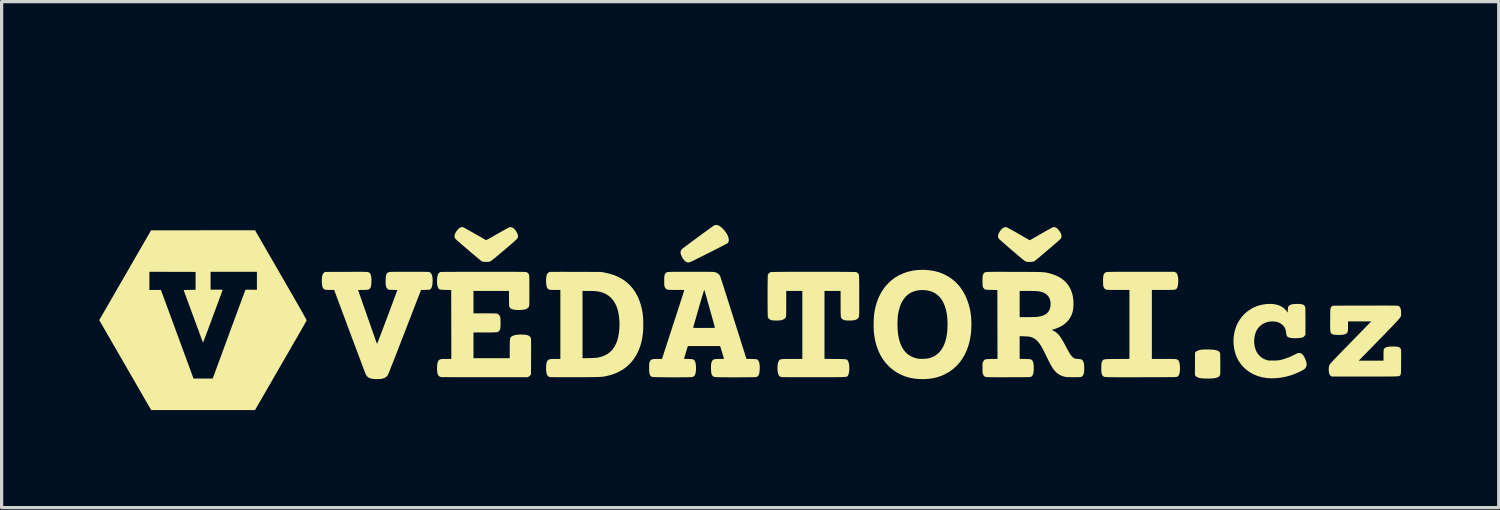
<source format=kicad_pcb>
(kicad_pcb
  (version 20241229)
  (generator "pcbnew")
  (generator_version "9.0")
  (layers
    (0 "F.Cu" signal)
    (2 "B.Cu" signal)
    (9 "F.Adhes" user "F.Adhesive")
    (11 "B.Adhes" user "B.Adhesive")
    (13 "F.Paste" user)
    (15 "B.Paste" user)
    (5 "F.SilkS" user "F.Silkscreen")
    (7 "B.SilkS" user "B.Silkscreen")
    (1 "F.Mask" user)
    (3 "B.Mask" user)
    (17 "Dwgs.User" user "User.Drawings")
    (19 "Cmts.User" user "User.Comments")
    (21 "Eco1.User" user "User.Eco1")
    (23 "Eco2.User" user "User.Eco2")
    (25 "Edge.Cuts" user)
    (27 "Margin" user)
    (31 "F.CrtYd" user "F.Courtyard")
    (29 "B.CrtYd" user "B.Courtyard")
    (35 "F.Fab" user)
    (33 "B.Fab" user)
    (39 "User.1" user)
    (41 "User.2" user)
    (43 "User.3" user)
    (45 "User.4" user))
  (footprint "VedatoriNew_40x5,7mm"
    (layer "F.Cu")
    (at 20.007 6.704)
    (property "Reference" "VedatoriNew_40x5,7mm" (at -0.1 -5.3 0) (layer "User.1") (effects (font (size 1.5 1.5) (thickness 0.3))))
    (attr board_only exclude_from_pos_files)
    (fp_poly (pts (xy 14.083 0.987) (xy 14.141 0.989) (xy 14.195 0.991) (xy 14.241 0.994) (xy 14.276 0.999) (xy 14.286 1.001) (xy 14.345 1.017) (xy 14.39 1.038) (xy 14.421 1.062) (xy 14.428 1.071) (xy 14.432 1.077) (xy 14.436 1.084) (xy 14.438 1.092) (xy 14.441 1.104) (xy 14.443 1.121) (xy 14.444 1.145) (xy 14.445 1.176) (xy 14.446 1.217) (xy 14.446 1.269) (xy 14.447 1.333) (xy 14.448 1.411) (xy 14.448 1.412) (xy 14.448 1.482) (xy 14.448 1.548) (xy 14.448 1.607) (xy 14.448 1.659) (xy 14.447 1.702) (xy 14.446 1.733) (xy 14.446 1.752) (xy 14.445 1.755) (xy 14.431 1.79) (xy 14.403 1.82) (xy 14.36 1.844) (xy 14.305 1.863) (xy 14.252 1.872) (xy 14.215 1.876) (xy 14.167 1.878) (xy 14.111 1.88) (xy 14.052 1.88) (xy 13.992 1.879) (xy 13.935 1.877) (xy 13.886 1.874) (xy 13.846 1.87) (xy 13.834 1.868) (xy 13.773 1.853) (xy 13.726 1.832) (xy 13.693 1.806) (xy 13.685 1.795) (xy 13.667 1.769) (xy 13.669 1.427) (xy 13.671 1.084) (xy 13.693 1.061) (xy 13.727 1.035) (xy 13.775 1.014) (xy 13.834 0.998) (xy 13.838 0.997) (xy 13.87 0.993) (xy 13.913 0.99) (xy 13.966 0.988) (xy 14.023 0.987)) (stroke (width 0) (type solid)) (fill yes) (layer "F.SilkS"))
    (fp_poly (pts (xy -1.019 -2.838) (xy -0.97 -2.822) (xy -0.918 -2.791) (xy -0.864 -2.745) (xy -0.847 -2.73) (xy -0.783 -2.659) (xy -0.732 -2.589) (xy -0.694 -2.521) (xy -0.669 -2.456) (xy -0.66 -2.399) (xy -0.659 -2.356) (xy -0.665 -2.325) (xy -0.678 -2.299) (xy -0.698 -2.278) (xy -0.707 -2.272) (xy -0.73 -2.26) (xy -0.764 -2.242) (xy -0.809 -2.219) (xy -0.863 -2.19) (xy -0.926 -2.158) (xy -0.996 -2.122) (xy -1.073 -2.083) (xy -1.155 -2.041) (xy -1.241 -1.998) (xy -1.287 -1.975) (xy -1.39 -1.923) (xy -1.481 -1.877) (xy -1.559 -1.838) (xy -1.626 -1.805) (xy -1.683 -1.777) (xy -1.731 -1.753) (xy -1.771 -1.734) (xy -1.803 -1.719) (xy -1.829 -1.708) (xy -1.85 -1.699) (xy -1.866 -1.693) (xy -1.878 -1.69) (xy -1.887 -1.688) (xy -1.895 -1.687) (xy -1.923 -1.69) (xy -1.948 -1.696) (xy -1.955 -1.698) (xy -1.993 -1.722) (xy -2.031 -1.758) (xy -2.066 -1.803) (xy -2.097 -1.854) (xy -2.122 -1.909) (xy -2.138 -1.964) (xy -2.14 -1.974) (xy -2.14 -2.016) (xy -2.127 -2.058) (xy -2.101 -2.095) (xy -2.099 -2.097) (xy -2.088 -2.107) (xy -2.066 -2.124) (xy -2.034 -2.149) (xy -1.992 -2.18) (xy -1.944 -2.217) (xy -1.888 -2.258) (xy -1.828 -2.303) (xy -1.763 -2.351) (xy -1.696 -2.401) (xy -1.627 -2.451) (xy -1.557 -2.503) (xy -1.489 -2.553) (xy -1.422 -2.602) (xy -1.358 -2.648) (xy -1.299 -2.691) (xy -1.246 -2.729) (xy -1.199 -2.763) (xy -1.161 -2.79) (xy -1.132 -2.811) (xy -1.113 -2.823) (xy -1.107 -2.826) (xy -1.065 -2.84)) (stroke (width 0) (type solid)) (fill yes) (layer "F.SilkS"))
    (fp_poly (pts (xy 9.375 -2.767) (xy 9.385 -2.763) (xy 9.415 -2.747) (xy 9.442 -2.727) (xy 9.469 -2.699) (xy 9.498 -2.661) (xy 9.5 -2.658) (xy 9.537 -2.6) (xy 9.559 -2.546) (xy 9.568 -2.497) (xy 9.563 -2.454) (xy 9.548 -2.424) (xy 9.539 -2.414) (xy 9.519 -2.395) (xy 9.489 -2.367) (xy 9.451 -2.333) (xy 9.405 -2.293) (xy 9.353 -2.247) (xy 9.296 -2.198) (xy 9.235 -2.145) (xy 9.178 -2.097) (xy 9.096 -2.027) (xy 9.025 -1.967) (xy 8.964 -1.915) (xy 8.913 -1.872) (xy 8.869 -1.835) (xy 8.833 -1.806) (xy 8.804 -1.782) (xy 8.78 -1.763) (xy 8.762 -1.748) (xy 8.747 -1.737) (xy 8.735 -1.73) (xy 8.725 -1.724) (xy 8.717 -1.721) (xy 8.709 -1.718) (xy 8.701 -1.715) (xy 8.698 -1.715) (xy 8.667 -1.709) (xy 8.627 -1.705) (xy 8.583 -1.703) (xy 8.54 -1.704) (xy 8.504 -1.708) (xy 8.492 -1.71) (xy 8.469 -1.719) (xy 8.443 -1.732) (xy 8.438 -1.735) (xy 8.421 -1.747) (xy 8.395 -1.768) (xy 8.36 -1.796) (xy 8.318 -1.831) (xy 8.269 -1.872) (xy 8.216 -1.917) (xy 8.159 -1.965) (xy 8.1 -2.015) (xy 8.039 -2.067) (xy 7.979 -2.119) (xy 7.92 -2.17) (xy 7.863 -2.219) (xy 7.81 -2.266) (xy 7.762 -2.308) (xy 7.72 -2.345) (xy 7.686 -2.376) (xy 7.66 -2.399) (xy 7.645 -2.415) (xy 7.641 -2.419) (xy 7.621 -2.457) (xy 7.615 -2.498) (xy 7.622 -2.542) (xy 7.637 -2.581) (xy 7.671 -2.641) (xy 7.708 -2.692) (xy 7.748 -2.731) (xy 7.789 -2.758) (xy 7.83 -2.772) (xy 7.87 -2.773) (xy 7.878 -2.771) (xy 7.89 -2.765) (xy 7.915 -2.753) (xy 7.95 -2.734) (xy 7.994 -2.71) (xy 8.046 -2.681) (xy 8.105 -2.649) (xy 8.168 -2.613) (xy 8.235 -2.575) (xy 8.25 -2.566) (xy 8.592 -2.369) (xy 8.94 -2.569) (xy 9.023 -2.617) (xy 9.097 -2.659) (xy 9.162 -2.695) (xy 9.216 -2.725) (xy 9.26 -2.748) (xy 9.293 -2.764) (xy 9.313 -2.773) (xy 9.318 -2.774) (xy 9.345 -2.775)) (stroke (width 0) (type solid)) (fill yes) (layer "F.SilkS"))
    (fp_poly (pts (xy -8.829 -2.772) (xy -8.827 -2.772) (xy -8.817 -2.767) (xy -8.794 -2.755) (xy -8.762 -2.738) (xy -8.72 -2.715) (xy -8.672 -2.688) (xy -8.618 -2.658) (xy -8.561 -2.626) (xy -8.501 -2.592) (xy -8.44 -2.558) (xy -8.38 -2.524) (xy -8.323 -2.492) (xy -8.27 -2.461) (xy -8.222 -2.434) (xy -8.182 -2.41) (xy -8.151 -2.392) (xy -8.13 -2.379) (xy -8.13 -2.379) (xy -8.125 -2.377) (xy -8.119 -2.377) (xy -8.109 -2.379) (xy -8.095 -2.385) (xy -8.076 -2.394) (xy -8.05 -2.407) (xy -8.017 -2.425) (xy -7.975 -2.449) (xy -7.924 -2.478) (xy -7.861 -2.514) (xy -7.786 -2.557) (xy -7.771 -2.566) (xy -7.703 -2.604) (xy -7.639 -2.641) (xy -7.579 -2.674) (xy -7.526 -2.704) (xy -7.479 -2.729) (xy -7.442 -2.749) (xy -7.415 -2.763) (xy -7.4 -2.77) (xy -7.398 -2.771) (xy -7.357 -2.774) (xy -7.315 -2.762) (xy -7.273 -2.736) (xy -7.231 -2.694) (xy -7.215 -2.675) (xy -7.178 -2.619) (xy -7.152 -2.565) (xy -7.139 -2.516) (xy -7.137 -2.504) (xy -7.136 -2.49) (xy -7.137 -2.477) (xy -7.138 -2.464) (xy -7.143 -2.451) (xy -7.151 -2.437) (xy -7.163 -2.42) (xy -7.18 -2.401) (xy -7.203 -2.378) (xy -7.233 -2.35) (xy -7.27 -2.316) (xy -7.315 -2.277) (xy -7.369 -2.23) (xy -7.433 -2.176) (xy -7.507 -2.112) (xy -7.553 -2.073) (xy -7.621 -2.016) (xy -7.685 -1.962) (xy -7.746 -1.911) (xy -7.803 -1.864) (xy -7.853 -1.823) (xy -7.896 -1.788) (xy -7.931 -1.76) (xy -7.957 -1.74) (xy -7.973 -1.729) (xy -7.975 -1.727) (xy -7.995 -1.718) (xy -8.014 -1.712) (xy -8.036 -1.708) (xy -8.066 -1.706) (xy -8.099 -1.705) (xy -8.137 -1.705) (xy -8.171 -1.706) (xy -8.197 -1.708) (xy -8.209 -1.71) (xy -8.232 -1.718) (xy -8.258 -1.73) (xy -8.261 -1.732) (xy -8.274 -1.741) (xy -8.297 -1.759) (xy -8.328 -1.785) (xy -8.368 -1.818) (xy -8.414 -1.856) (xy -8.465 -1.899) (xy -8.521 -1.946) (xy -8.579 -1.995) (xy -8.639 -2.047) (xy -8.7 -2.098) (xy -8.76 -2.15) (xy -8.818 -2.2) (xy -8.873 -2.247) (xy -8.923 -2.291) (xy -8.969 -2.331) (xy -9.007 -2.365) (xy -9.037 -2.392) (xy -9.058 -2.412) (xy -9.069 -2.423) (xy -9.07 -2.424) (xy -9.086 -2.462) (xy -9.09 -2.503) (xy -9.08 -2.548) (xy -9.058 -2.599) (xy -9.033 -2.64) (xy -8.993 -2.694) (xy -8.951 -2.735) (xy -8.91 -2.762) (xy -8.869 -2.775)) (stroke (width 0) (type solid)) (fill yes) (layer "F.SilkS"))
    (fp_poly (pts (xy 5.356 -1.46) (xy 5.513 -1.448) (xy 5.662 -1.423) (xy 5.804 -1.385) (xy 5.937 -1.334) (xy 6.063 -1.269) (xy 6.183 -1.192) (xy 6.294 -1.101) (xy 6.384 -1.011) (xy 6.467 -0.909) (xy 6.543 -0.795) (xy 6.61 -0.671) (xy 6.667 -0.539) (xy 6.715 -0.4) (xy 6.753 -0.256) (xy 6.775 -0.13) (xy 6.788 -0.017) (xy 6.796 0.106) (xy 6.798 0.232) (xy 6.794 0.358) (xy 6.786 0.478) (xy 6.775 0.563) (xy 6.745 0.727) (xy 6.702 0.881) (xy 6.649 1.026) (xy 6.584 1.162) (xy 6.509 1.287) (xy 6.423 1.403) (xy 6.326 1.507) (xy 6.22 1.6) (xy 6.104 1.681) (xy 5.978 1.75) (xy 5.973 1.753) (xy 5.852 1.805) (xy 5.728 1.845) (xy 5.6 1.873) (xy 5.466 1.891) (xy 5.323 1.898) (xy 5.185 1.895) (xy 5.033 1.88) (xy 4.887 1.852) (xy 4.748 1.81) (xy 4.616 1.754) (xy 4.492 1.686) (xy 4.377 1.606) (xy 4.27 1.514) (xy 4.173 1.411) (xy 4.085 1.297) (xy 4.008 1.172) (xy 3.943 1.038) (xy 3.889 0.894) (xy 3.869 0.83) (xy 3.848 0.745) (xy 3.829 0.651) (xy 3.813 0.554) (xy 3.801 0.459) (xy 3.8 0.447) (xy 3.796 0.39) (xy 3.793 0.321) (xy 3.793 0.246) (xy 3.793 0.224) (xy 4.526 0.224) (xy 4.531 0.379) (xy 4.545 0.521) (xy 4.569 0.651) (xy 4.602 0.769) (xy 4.644 0.875) (xy 4.696 0.969) (xy 4.758 1.051) (xy 4.774 1.069) (xy 4.846 1.136) (xy 4.927 1.19) (xy 5.017 1.232) (xy 5.115 1.261) (xy 5.138 1.265) (xy 5.186 1.272) (xy 5.244 1.275) (xy 5.308 1.275) (xy 5.372 1.272) (xy 5.433 1.266) (xy 5.485 1.258) (xy 5.503 1.254) (xy 5.599 1.221) (xy 5.687 1.176) (xy 5.765 1.118) (xy 5.835 1.047) (xy 5.895 0.964) (xy 5.947 0.869) (xy 5.989 0.762) (xy 6.023 0.642) (xy 6.047 0.509) (xy 6.051 0.476) (xy 6.06 0.38) (xy 6.064 0.276) (xy 6.064 0.168) (xy 6.06 0.062) (xy 6.051 -0.039) (xy 6.04 -0.12) (xy 6.013 -0.245) (xy 5.977 -0.36) (xy 5.932 -0.462) (xy 5.879 -0.553) (xy 5.817 -0.631) (xy 5.746 -0.697) (xy 5.668 -0.75) (xy 5.639 -0.765) (xy 5.549 -0.802) (xy 5.451 -0.826) (xy 5.35 -0.839) (xy 5.247 -0.84) (xy 5.145 -0.828) (xy 5.048 -0.805) (xy 4.958 -0.77) (xy 4.876 -0.723) (xy 4.802 -0.662) (xy 4.737 -0.588) (xy 4.679 -0.503) (xy 4.63 -0.406) (xy 4.591 -0.297) (xy 4.56 -0.178) (xy 4.559 -0.172) (xy 4.546 -0.101) (xy 4.537 -0.03) (xy 4.531 0.046) (xy 4.527 0.129) (xy 4.526 0.224) (xy 4.526 0.224) (xy 3.793 0.224) (xy 3.794 0.166) (xy 3.796 0.086) (xy 3.8 0.01) (xy 3.805 -0.06) (xy 3.812 -0.119) (xy 3.814 -0.136) (xy 3.843 -0.291) (xy 3.882 -0.435) (xy 3.93 -0.57) (xy 3.99 -0.699) (xy 4.06 -0.822) (xy 4.08 -0.852) (xy 4.133 -0.926) (xy 4.197 -1) (xy 4.267 -1.073) (xy 4.34 -1.139) (xy 4.413 -1.196) (xy 4.438 -1.214) (xy 4.567 -1.291) (xy 4.702 -1.353) (xy 4.841 -1.401) (xy 4.987 -1.435) (xy 5.139 -1.455) (xy 5.298 -1.461)) (stroke (width 0) (type solid)) (fill yes) (layer "F.SilkS"))
    (fp_poly (pts (xy 16.1 -0.407) (xy 16.195 -0.387) (xy 16.281 -0.357) (xy 16.358 -0.316) (xy 16.424 -0.264) (xy 16.48 -0.202) (xy 16.489 -0.189) (xy 16.519 -0.145) (xy 16.523 -0.229) (xy 16.526 -0.273) (xy 16.53 -0.305) (xy 16.537 -0.328) (xy 16.548 -0.345) (xy 16.564 -0.361) (xy 16.572 -0.367) (xy 16.603 -0.385) (xy 16.641 -0.398) (xy 16.69 -0.407) (xy 16.751 -0.412) (xy 16.81 -0.413) (xy 16.879 -0.411) (xy 16.934 -0.406) (xy 16.978 -0.396) (xy 17.011 -0.381) (xy 17.035 -0.36) (xy 17.052 -0.333) (xy 17.057 -0.323) (xy 17.059 -0.309) (xy 17.061 -0.28) (xy 17.062 -0.235) (xy 17.063 -0.176) (xy 17.064 -0.102) (xy 17.065 -0.012) (xy 17.065 0.092) (xy 17.065 0.115) (xy 17.065 0.532) (xy 17.047 0.558) (xy 17.028 0.582) (xy 17.005 0.601) (xy 16.976 0.615) (xy 16.939 0.626) (xy 16.892 0.633) (xy 16.833 0.638) (xy 16.79 0.64) (xy 16.706 0.641) (xy 16.637 0.636) (xy 16.58 0.626) (xy 16.537 0.61) (xy 16.506 0.589) (xy 16.493 0.572) (xy 16.484 0.549) (xy 16.476 0.514) (xy 16.473 0.486) (xy 16.461 0.407) (xy 16.438 0.338) (xy 16.405 0.28) (xy 16.36 0.231) (xy 16.303 0.189) (xy 16.27 0.171) (xy 16.199 0.143) (xy 16.118 0.128) (xy 16.049 0.124) (xy 15.955 0.131) (xy 15.867 0.151) (xy 15.785 0.184) (xy 15.711 0.23) (xy 15.646 0.287) (xy 15.591 0.355) (xy 15.587 0.361) (xy 15.551 0.427) (xy 15.522 0.504) (xy 15.502 0.587) (xy 15.49 0.674) (xy 15.489 0.761) (xy 15.49 0.785) (xy 15.504 0.889) (xy 15.53 0.982) (xy 15.567 1.066) (xy 15.616 1.139) (xy 15.675 1.202) (xy 15.745 1.254) (xy 15.825 1.295) (xy 15.854 1.305) (xy 15.876 1.313) (xy 15.896 1.318) (xy 15.915 1.322) (xy 15.937 1.325) (xy 15.966 1.326) (xy 16.003 1.327) (xy 16.053 1.327) (xy 16.063 1.327) (xy 16.13 1.327) (xy 16.186 1.324) (xy 16.235 1.32) (xy 16.282 1.312) (xy 16.332 1.301) (xy 16.387 1.285) (xy 16.418 1.276) (xy 16.491 1.252) (xy 16.558 1.227) (xy 16.624 1.198) (xy 16.696 1.163) (xy 16.732 1.145) (xy 16.766 1.128) (xy 16.794 1.114) (xy 16.811 1.106) (xy 16.853 1.092) (xy 16.896 1.094) (xy 16.937 1.111) (xy 16.975 1.142) (xy 16.993 1.161) (xy 17.02 1.201) (xy 17.045 1.249) (xy 17.067 1.301) (xy 17.085 1.353) (xy 17.097 1.403) (xy 17.102 1.446) (xy 17.101 1.468) (xy 17.087 1.518) (xy 17.061 1.562) (xy 17.039 1.584) (xy 17.012 1.604) (xy 16.972 1.628) (xy 16.922 1.654) (xy 16.864 1.682) (xy 16.801 1.71) (xy 16.736 1.736) (xy 16.67 1.761) (xy 16.607 1.783) (xy 16.581 1.791) (xy 16.445 1.827) (xy 16.305 1.853) (xy 16.165 1.868) (xy 16.029 1.873) (xy 15.899 1.867) (xy 15.873 1.864) (xy 15.737 1.842) (xy 15.608 1.806) (xy 15.486 1.758) (xy 15.372 1.698) (xy 15.268 1.626) (xy 15.173 1.543) (xy 15.089 1.449) (xy 15.016 1.345) (xy 15.011 1.338) (xy 14.956 1.233) (xy 14.913 1.119) (xy 14.881 0.999) (xy 14.861 0.875) (xy 14.853 0.749) (xy 14.858 0.622) (xy 14.874 0.496) (xy 14.903 0.374) (xy 14.944 0.257) (xy 14.967 0.205) (xy 15.031 0.091) (xy 15.106 -0.013) (xy 15.192 -0.107) (xy 15.289 -0.19) (xy 15.395 -0.261) (xy 15.481 -0.306) (xy 15.565 -0.342) (xy 15.647 -0.37) (xy 15.732 -0.39) (xy 15.824 -0.404) (xy 15.886 -0.411) (xy 15.997 -0.414)) (stroke (width 0) (type solid)) (fill yes) (layer "F.SilkS"))
    (fp_poly (pts (xy -5.727 -1.4) (xy -5.63 -1.399) (xy -5.529 -1.399) (xy -5.422 -1.399) (xy -5.356 -1.399) (xy -4.578 -1.396) (xy -4.469 -1.375) (xy -4.315 -1.34) (xy -4.171 -1.294) (xy -4.039 -1.236) (xy -3.916 -1.167) (xy -3.805 -1.087) (xy -3.704 -0.995) (xy -3.614 -0.893) (xy -3.534 -0.779) (xy -3.464 -0.654) (xy -3.406 -0.517) (xy -3.382 -0.449) (xy -3.351 -0.346) (xy -3.326 -0.243) (xy -3.308 -0.139) (xy -3.296 -0.03) (xy -3.288 0.088) (xy -3.286 0.218) (xy -3.286 0.224) (xy -3.289 0.364) (xy -3.298 0.492) (xy -3.314 0.611) (xy -3.336 0.724) (xy -3.365 0.835) (xy -3.383 0.894) (xy -3.438 1.034) (xy -3.503 1.164) (xy -3.581 1.283) (xy -3.668 1.392) (xy -3.767 1.489) (xy -3.875 1.576) (xy -3.993 1.65) (xy -4.121 1.712) (xy -4.258 1.762) (xy -4.384 1.795) (xy -4.415 1.802) (xy -4.443 1.808) (xy -4.469 1.813) (xy -4.495 1.818) (xy -4.522 1.821) (xy -4.55 1.825) (xy -4.58 1.828) (xy -4.615 1.83) (xy -4.654 1.832) (xy -4.7 1.834) (xy -4.752 1.835) (xy -4.813 1.836) (xy -4.883 1.837) (xy -4.963 1.837) (xy -5.054 1.838) (xy -5.158 1.838) (xy -5.276 1.839) (xy -5.379 1.839) (xy -5.486 1.839) (xy -5.589 1.839) (xy -5.687 1.839) (xy -5.779 1.839) (xy -5.864 1.839) (xy -5.94 1.838) (xy -6.007 1.838) (xy -6.063 1.837) (xy -6.107 1.836) (xy -6.139 1.836) (xy -6.156 1.835) (xy -6.159 1.834) (xy -6.195 1.821) (xy -6.223 1.797) (xy -6.244 1.763) (xy -6.259 1.717) (xy -6.269 1.658) (xy -6.27 1.646) (xy -6.274 1.586) (xy -6.274 1.525) (xy -6.27 1.468) (xy -6.262 1.416) (xy -6.252 1.375) (xy -6.244 1.356) (xy -6.231 1.333) (xy -6.217 1.315) (xy -6.199 1.301) (xy -6.177 1.291) (xy -6.146 1.284) (xy -6.107 1.28) (xy -6.057 1.278) (xy -5.993 1.277) (xy -5.98 1.277) (xy -5.835 1.277) (xy -5.835 0.217) (xy -5.835 -0.813) (xy -5.154 -0.813) (xy -5.154 0.222) (xy -5.154 1.256) (xy -4.947 1.252) (xy -4.866 1.25) (xy -4.799 1.247) (xy -4.745 1.243) (xy -4.703 1.239) (xy -4.674 1.235) (xy -4.564 1.207) (xy -4.465 1.168) (xy -4.375 1.118) (xy -4.296 1.056) (xy -4.227 0.982) (xy -4.168 0.896) (xy -4.119 0.799) (xy -4.086 0.712) (xy -4.058 0.607) (xy -4.037 0.491) (xy -4.023 0.369) (xy -4.018 0.243) (xy -4.02 0.115) (xy -4.03 -0.009) (xy -4.048 -0.128) (xy -4.067 -0.212) (xy -4.102 -0.323) (xy -4.148 -0.423) (xy -4.204 -0.513) (xy -4.27 -0.592) (xy -4.345 -0.659) (xy -4.428 -0.713) (xy -4.452 -0.726) (xy -4.506 -0.75) (xy -4.56 -0.77) (xy -4.617 -0.785) (xy -4.679 -0.797) (xy -4.748 -0.805) (xy -4.827 -0.81) (xy -4.918 -0.812) (xy -4.967 -0.813) (xy -5.154 -0.813) (xy -5.835 -0.813) (xy -5.835 -0.844) (xy -5.996 -0.844) (xy -6.051 -0.844) (xy -6.092 -0.844) (xy -6.122 -0.845) (xy -6.145 -0.847) (xy -6.161 -0.849) (xy -6.175 -0.853) (xy -6.187 -0.859) (xy -6.191 -0.861) (xy -6.217 -0.877) (xy -6.236 -0.899) (xy -6.25 -0.929) (xy -6.261 -0.969) (xy -6.268 -1.021) (xy -6.27 -1.035) (xy -6.274 -1.092) (xy -6.274 -1.151) (xy -6.271 -1.206) (xy -6.264 -1.257) (xy -6.255 -1.298) (xy -6.246 -1.322) (xy -6.223 -1.356) (xy -6.194 -1.382) (xy -6.162 -1.396) (xy -6.158 -1.397) (xy -6.147 -1.398) (xy -6.122 -1.398) (xy -6.083 -1.399) (xy -6.032 -1.399) (xy -5.969 -1.399) (xy -5.897 -1.399) (xy -5.816 -1.4)) (stroke (width 0) (type solid)) (fill yes) (layer "F.SilkS"))
    (fp_poly (pts (xy 13.07 -1.384) (xy 13.094 -1.37) (xy 13.11 -1.352) (xy 13.122 -1.328) (xy 13.142 -1.271) (xy 13.153 -1.2) (xy 13.155 -1.116) (xy 13.154 -1.08) (xy 13.149 -1.012) (xy 13.14 -0.959) (xy 13.127 -0.918) (xy 13.11 -0.887) (xy 13.109 -0.886) (xy 13.101 -0.877) (xy 13.093 -0.868) (xy 13.083 -0.862) (xy 13.07 -0.856) (xy 13.053 -0.852) (xy 13.03 -0.849) (xy 13 -0.847) (xy 12.962 -0.845) (xy 12.914 -0.844) (xy 12.854 -0.844) (xy 12.781 -0.844) (xy 12.695 -0.844) (xy 12.693 -0.844) (xy 12.344 -0.844) (xy 12.344 0.217) (xy 12.344 1.277) (xy 12.706 1.277) (xy 12.807 1.277) (xy 12.893 1.278) (xy 12.965 1.279) (xy 13.021 1.28) (xy 13.063 1.282) (xy 13.089 1.284) (xy 13.098 1.286) (xy 13.132 1.3) (xy 13.159 1.324) (xy 13.18 1.358) (xy 13.194 1.403) (xy 13.204 1.462) (xy 13.208 1.521) (xy 13.209 1.601) (xy 13.203 1.671) (xy 13.192 1.729) (xy 13.174 1.775) (xy 13.15 1.808) (xy 13.129 1.823) (xy 13.124 1.825) (xy 13.119 1.827) (xy 13.112 1.829) (xy 13.103 1.83) (xy 13.09 1.832) (xy 13.074 1.833) (xy 13.053 1.834) (xy 13.026 1.835) (xy 12.994 1.836) (xy 12.954 1.836) (xy 12.907 1.837) (xy 12.851 1.837) (xy 12.785 1.838) (xy 12.71 1.838) (xy 12.623 1.838) (xy 12.525 1.839) (xy 12.415 1.839) (xy 12.291 1.839) (xy 12.154 1.839) (xy 12.011 1.84) (xy 11.857 1.84) (xy 11.718 1.84) (xy 11.593 1.84) (xy 11.481 1.84) (xy 11.381 1.84) (xy 11.293 1.84) (xy 11.217 1.839) (xy 11.15 1.839) (xy 11.093 1.839) (xy 11.045 1.838) (xy 11.004 1.837) (xy 10.971 1.836) (xy 10.945 1.835) (xy 10.924 1.834) (xy 10.909 1.833) (xy 10.897 1.832) (xy 10.889 1.83) (xy 10.887 1.83) (xy 10.858 1.817) (xy 10.834 1.797) (xy 10.816 1.769) (xy 10.803 1.732) (xy 10.794 1.684) (xy 10.79 1.623) (xy 10.789 1.55) (xy 10.79 1.537) (xy 10.791 1.489) (xy 10.792 1.453) (xy 10.794 1.426) (xy 10.797 1.407) (xy 10.801 1.391) (xy 10.807 1.375) (xy 10.816 1.359) (xy 10.824 1.342) (xy 10.831 1.328) (xy 10.84 1.316) (xy 10.85 1.306) (xy 10.863 1.299) (xy 10.881 1.293) (xy 10.904 1.288) (xy 10.935 1.285) (xy 10.974 1.282) (xy 11.023 1.281) (xy 11.083 1.28) (xy 11.156 1.279) (xy 11.242 1.279) (xy 11.278 1.279) (xy 11.655 1.276) (xy 11.655 0.216) (xy 11.655 -0.844) (xy 11.306 -0.844) (xy 11.223 -0.844) (xy 11.154 -0.844) (xy 11.098 -0.844) (xy 11.053 -0.844) (xy 11.017 -0.845) (xy 10.99 -0.846) (xy 10.969 -0.848) (xy 10.954 -0.85) (xy 10.942 -0.852) (xy 10.933 -0.855) (xy 10.925 -0.859) (xy 10.923 -0.86) (xy 10.901 -0.873) (xy 10.885 -0.89) (xy 10.869 -0.918) (xy 10.868 -0.92) (xy 10.86 -0.936) (xy 10.854 -0.952) (xy 10.85 -0.969) (xy 10.848 -0.99) (xy 10.846 -1.019) (xy 10.845 -1.058) (xy 10.844 -1.095) (xy 10.844 -1.17) (xy 10.847 -1.231) (xy 10.854 -1.28) (xy 10.866 -1.319) (xy 10.882 -1.348) (xy 10.904 -1.37) (xy 10.931 -1.386) (xy 10.936 -1.388) (xy 10.942 -1.39) (xy 10.95 -1.392) (xy 10.96 -1.393) (xy 10.974 -1.394) (xy 10.992 -1.396) (xy 11.015 -1.397) (xy 11.044 -1.397) (xy 11.079 -1.398) (xy 11.122 -1.399) (xy 11.173 -1.399) (xy 11.232 -1.4) (xy 11.302 -1.4) (xy 11.382 -1.4) (xy 11.474 -1.4) (xy 11.577 -1.4) (xy 11.694 -1.401) (xy 11.824 -1.401) (xy 11.969 -1.401) (xy 11.999 -1.401) (xy 13.036 -1.401)) (stroke (width 0) (type solid)) (fill yes) (layer "F.SilkS"))
    (fp_poly (pts (xy -14.423 -1.299) (xy -14.329 -1.136) (xy -14.242 -0.985) (xy -14.162 -0.847) (xy -14.09 -0.721) (xy -14.024 -0.607) (xy -13.964 -0.503) (xy -13.911 -0.409) (xy -13.863 -0.326) (xy -13.82 -0.251) (xy -13.783 -0.186) (xy -13.751 -0.128) (xy -13.723 -0.079) (xy -13.7 -0.037) (xy -13.681 -0.002) (xy -13.665 0.027) (xy -13.653 0.051) (xy -13.644 0.069) (xy -13.638 0.082) (xy -13.635 0.091) (xy -13.633 0.096) (xy -13.634 0.097) (xy -13.638 0.106) (xy -13.65 0.127) (xy -13.669 0.16) (xy -13.694 0.205) (xy -13.726 0.26) (xy -13.764 0.326) (xy -13.807 0.401) (xy -13.855 0.485) (xy -13.909 0.578) (xy -13.966 0.678) (xy -14.028 0.785) (xy -14.094 0.899) (xy -14.162 1.018) (xy -14.234 1.142) (xy -14.308 1.271) (xy -14.385 1.404) (xy -14.43 1.481) (xy -15.219 2.848) (xy -16.815 2.848) (xy -18.41 2.848) (xy -18.437 2.804) (xy -18.444 2.792) (xy -18.457 2.769) (xy -18.478 2.733) (xy -18.506 2.685) (xy -18.539 2.627) (xy -18.579 2.559) (xy -18.624 2.482) (xy -18.673 2.395) (xy -18.728 2.301) (xy -18.787 2.199) (xy -18.85 2.09) (xy -18.916 1.976) (xy -18.985 1.855) (xy -19.057 1.73) (xy -19.132 1.601) (xy -19.208 1.469) (xy -19.235 1.422) (xy -20.007 0.085) (xy -19.211 -1.295) (xy -19.149 -1.401) (xy -18.466 -1.401) (xy -18.466 -1.122) (xy -18.466 -0.844) (xy -18.289 -0.844) (xy -18.112 -0.844) (xy -18.096 -0.803) (xy -18.092 -0.792) (xy -18.083 -0.766) (xy -18.069 -0.728) (xy -18.05 -0.678) (xy -18.027 -0.616) (xy -18.001 -0.543) (xy -17.97 -0.46) (xy -17.936 -0.368) (xy -17.899 -0.267) (xy -17.859 -0.159) (xy -17.817 -0.043) (xy -17.772 0.078) (xy -17.725 0.205) (xy -17.677 0.337) (xy -17.627 0.473) (xy -17.595 0.559) (xy -17.109 1.881) (xy -16.814 1.88) (xy -16.519 1.88) (xy -16.021 0.524) (xy -15.97 0.385) (xy -15.92 0.249) (xy -15.871 0.118) (xy -15.825 -0.008) (xy -15.781 -0.127) (xy -15.739 -0.24) (xy -15.7 -0.346) (xy -15.664 -0.443) (xy -15.631 -0.532) (xy -15.602 -0.611) (xy -15.576 -0.679) (xy -15.555 -0.737) (xy -15.537 -0.783) (xy -15.525 -0.816) (xy -15.517 -0.836) (xy -15.514 -0.843) (xy -15.509 -0.846) (xy -15.497 -0.849) (xy -15.478 -0.85) (xy -15.449 -0.851) (xy -15.41 -0.851) (xy -15.357 -0.85) (xy -15.334 -0.85) (xy -15.161 -0.847) (xy -15.161 -1.124) (xy -15.161 -1.401) (xy -15.873 -1.401) (xy -16.585 -1.401) (xy -16.585 -1.126) (xy -16.585 -0.851) (xy -16.399 -0.851) (xy -16.338 -0.851) (xy -16.291 -0.851) (xy -16.257 -0.85) (xy -16.234 -0.848) (xy -16.221 -0.846) (xy -16.215 -0.843) (xy -16.215 -0.842) (xy -16.243 -0.766) (xy -16.273 -0.684) (xy -16.305 -0.597) (xy -16.339 -0.504) (xy -16.374 -0.408) (xy -16.41 -0.31) (xy -16.447 -0.209) (xy -16.485 -0.109) (xy -16.522 -0.008) (xy -16.558 0.09) (xy -16.594 0.186) (xy -16.629 0.279) (xy -16.661 0.367) (xy -16.692 0.449) (xy -16.72 0.524) (xy -16.746 0.591) (xy -16.768 0.65) (xy -16.786 0.698) (xy -16.801 0.736) (xy -16.811 0.762) (xy -16.817 0.775) (xy -16.817 0.776) (xy -16.82 0.771) (xy -16.826 0.756) (xy -16.835 0.731) (xy -16.848 0.697) (xy -16.865 0.652) (xy -16.885 0.597) (xy -16.91 0.53) (xy -16.938 0.452) (xy -16.971 0.363) (xy -17.009 0.262) (xy -17.05 0.148) (xy -17.097 0.022) (xy -17.148 -0.117) (xy -17.204 -0.269) (xy -17.265 -0.435) (xy -17.331 -0.614) (xy -17.402 -0.808) (xy -17.411 -0.834) (xy -17.409 -0.837) (xy -17.398 -0.839) (xy -17.378 -0.841) (xy -17.347 -0.843) (xy -17.304 -0.844) (xy -17.247 -0.845) (xy -17.23 -0.845) (xy -17.046 -0.847) (xy -17.046 -1.122) (xy -17.046 -1.397) (xy -17.756 -1.399) (xy -18.466 -1.401) (xy -19.149 -1.401) (xy -18.415 -2.674) (xy -16.817 -2.676) (xy -15.219 -2.678)) (stroke (width 0) (type solid)) (fill yes) (layer "F.SilkS"))
    (fp_poly (pts (xy 19.572 -0.363) (xy 19.64 -0.362) (xy 19.7 -0.362) (xy 19.75 -0.362) (xy 19.791 -0.361) (xy 19.826 -0.36) (xy 19.853 -0.36) (xy 19.875 -0.359) (xy 19.892 -0.357) (xy 19.905 -0.356) (xy 19.915 -0.355) (xy 19.921 -0.353) (xy 19.926 -0.351) (xy 19.928 -0.35) (xy 19.959 -0.326) (xy 19.982 -0.289) (xy 19.998 -0.238) (xy 20.005 -0.175) (xy 20.004 -0.111) (xy 20.004 -0.099) (xy 20.005 -0.088) (xy 20.005 -0.078) (xy 20.005 -0.069) (xy 20.004 -0.059) (xy 20.003 -0.05) (xy 20 -0.04) (xy 19.994 -0.028) (xy 19.987 -0.014) (xy 19.977 0.001) (xy 19.963 0.019) (xy 19.947 0.041) (xy 19.926 0.065) (xy 19.901 0.094) (xy 19.871 0.127) (xy 19.836 0.165) (xy 19.795 0.209) (xy 19.748 0.258) (xy 19.695 0.313) (xy 19.635 0.375) (xy 19.568 0.444) (xy 19.494 0.521) (xy 19.411 0.606) (xy 19.32 0.699) (xy 19.22 0.801) (xy 19.111 0.913) (xy 18.993 1.034) (xy 18.864 1.166) (xy 18.749 1.283) (xy 18.702 1.331) (xy 19.083 1.331) (xy 19.464 1.331) (xy 19.464 1.167) (xy 19.464 1.11) (xy 19.465 1.067) (xy 19.466 1.035) (xy 19.468 1.012) (xy 19.471 0.995) (xy 19.474 0.982) (xy 19.478 0.975) (xy 19.495 0.95) (xy 19.519 0.931) (xy 19.552 0.916) (xy 19.595 0.905) (xy 19.65 0.899) (xy 19.718 0.896) (xy 19.758 0.895) (xy 19.823 0.897) (xy 19.875 0.901) (xy 19.915 0.908) (xy 19.945 0.919) (xy 19.968 0.934) (xy 19.978 0.944) (xy 19.992 0.967) (xy 20.001 0.99) (xy 20.002 0.993) (xy 20.003 1.005) (xy 20.004 1.032) (xy 20.004 1.071) (xy 20.005 1.12) (xy 20.005 1.178) (xy 20.005 1.243) (xy 20.005 1.314) (xy 20.004 1.378) (xy 20.004 1.461) (xy 20.003 1.531) (xy 20.003 1.589) (xy 20.002 1.635) (xy 20.001 1.671) (xy 20 1.698) (xy 19.998 1.719) (xy 19.996 1.734) (xy 19.994 1.745) (xy 19.991 1.753) (xy 19.988 1.76) (xy 19.984 1.766) (xy 19.98 1.773) (xy 19.976 1.78) (xy 19.972 1.786) (xy 19.968 1.791) (xy 19.961 1.796) (xy 19.952 1.8) (xy 19.94 1.804) (xy 19.923 1.807) (xy 19.902 1.81) (xy 19.875 1.812) (xy 19.842 1.814) (xy 19.801 1.815) (xy 19.753 1.816) (xy 19.696 1.817) (xy 19.629 1.818) (xy 19.552 1.818) (xy 19.464 1.819) (xy 19.364 1.819) (xy 19.251 1.819) (xy 19.125 1.819) (xy 18.985 1.819) (xy 18.888 1.819) (xy 17.872 1.819) (xy 17.846 1.801) (xy 17.823 1.781) (xy 17.805 1.753) (xy 17.793 1.714) (xy 17.784 1.663) (xy 17.784 1.663) (xy 17.779 1.589) (xy 17.785 1.524) (xy 17.8 1.468) (xy 17.805 1.457) (xy 17.81 1.449) (xy 17.819 1.436) (xy 17.833 1.42) (xy 17.852 1.398) (xy 17.876 1.371) (xy 17.907 1.338) (xy 17.944 1.298) (xy 17.989 1.251) (xy 18.041 1.197) (xy 18.102 1.134) (xy 18.172 1.062) (xy 18.251 0.98) (xy 18.34 0.889) (xy 18.386 0.842) (xy 18.464 0.762) (xy 18.541 0.683) (xy 18.615 0.607) (xy 18.686 0.535) (xy 18.752 0.467) (xy 18.813 0.405) (xy 18.867 0.349) (xy 18.915 0.3) (xy 18.955 0.259) (xy 18.987 0.227) (xy 19.009 0.205) (xy 19.018 0.195) (xy 19.088 0.124) (xy 18.731 0.124) (xy 18.373 0.124) (xy 18.373 0.273) (xy 18.373 0.325) (xy 18.372 0.365) (xy 18.371 0.394) (xy 18.369 0.415) (xy 18.366 0.431) (xy 18.362 0.444) (xy 18.356 0.457) (xy 18.355 0.457) (xy 18.337 0.484) (xy 18.311 0.504) (xy 18.274 0.519) (xy 18.226 0.531) (xy 18.199 0.535) (xy 18.159 0.538) (xy 18.111 0.54) (xy 18.061 0.54) (xy 18.011 0.538) (xy 17.966 0.534) (xy 17.93 0.53) (xy 17.914 0.526) (xy 17.888 0.515) (xy 17.863 0.498) (xy 17.861 0.497) (xy 17.852 0.488) (xy 17.845 0.476) (xy 17.839 0.461) (xy 17.834 0.442) (xy 17.83 0.416) (xy 17.828 0.384) (xy 17.826 0.342) (xy 17.824 0.29) (xy 17.824 0.227) (xy 17.824 0.151) (xy 17.825 0.062) (xy 17.825 0.053) (xy 17.825 -0.031) (xy 17.826 -0.101) (xy 17.827 -0.158) (xy 17.829 -0.205) (xy 17.831 -0.241) (xy 17.835 -0.269) (xy 17.839 -0.29) (xy 17.845 -0.306) (xy 17.853 -0.318) (xy 17.862 -0.327) (xy 17.874 -0.336) (xy 17.884 -0.342) (xy 17.912 -0.36) (xy 18.907 -0.362) (xy 19.052 -0.362) (xy 19.182 -0.362) (xy 19.298 -0.363) (xy 19.401 -0.363) (xy 19.492 -0.363)) (stroke (width 0) (type solid)) (fill yes) (layer "F.SilkS"))
    (fp_poly (pts (xy 2.123 -1.401) (xy 2.246 -1.401) (xy 2.366 -1.401) (xy 2.483 -1.4) (xy 2.595 -1.4) (xy 2.701 -1.4) (xy 2.802 -1.399) (xy 2.895 -1.399) (xy 2.979 -1.398) (xy 3.054 -1.397) (xy 3.119 -1.396) (xy 3.172 -1.395) (xy 3.213 -1.394) (xy 3.24 -1.393) (xy 3.254 -1.392) (xy 3.254 -1.392) (xy 3.289 -1.375) (xy 3.319 -1.348) (xy 3.339 -1.314) (xy 3.342 -1.304) (xy 3.344 -1.291) (xy 3.346 -1.264) (xy 3.347 -1.225) (xy 3.348 -1.172) (xy 3.349 -1.105) (xy 3.35 -1.024) (xy 3.351 -0.928) (xy 3.351 -0.818) (xy 3.351 -0.692) (xy 3.351 -0.654) (xy 3.351 -0.542) (xy 3.351 -0.444) (xy 3.351 -0.36) (xy 3.351 -0.288) (xy 3.35 -0.227) (xy 3.35 -0.176) (xy 3.349 -0.134) (xy 3.349 -0.101) (xy 3.348 -0.074) (xy 3.347 -0.054) (xy 3.345 -0.038) (xy 3.343 -0.027) (xy 3.341 -0.018) (xy 3.339 -0.011) (xy 3.336 -0.004) (xy 3.335 -0.002) (xy 3.313 0.03) (xy 3.281 0.055) (xy 3.237 0.076) (xy 3.216 0.083) (xy 3.182 0.09) (xy 3.137 0.094) (xy 3.086 0.097) (xy 3.032 0.097) (xy 2.98 0.096) (xy 2.933 0.092) (xy 2.895 0.086) (xy 2.885 0.083) (xy 2.842 0.063) (xy 2.809 0.035) (xy 2.789 0.001) (xy 2.786 -0.006) (xy 2.784 -0.021) (xy 2.783 -0.051) (xy 2.781 -0.094) (xy 2.78 -0.151) (xy 2.779 -0.22) (xy 2.779 -0.3) (xy 2.778 -0.391) (xy 2.778 -0.424) (xy 2.778 -0.813) (xy 2.531 -0.813) (xy 2.283 -0.813) (xy 2.283 0.232) (xy 2.283 1.276) (xy 2.606 1.279) (xy 2.691 1.279) (xy 2.762 1.28) (xy 2.821 1.281) (xy 2.868 1.283) (xy 2.905 1.285) (xy 2.934 1.289) (xy 2.956 1.294) (xy 2.972 1.301) (xy 2.984 1.309) (xy 2.994 1.32) (xy 3.002 1.334) (xy 3.01 1.35) (xy 3.012 1.354) (xy 3.027 1.394) (xy 3.038 1.443) (xy 3.044 1.498) (xy 3.046 1.557) (xy 3.045 1.616) (xy 3.039 1.672) (xy 3.03 1.722) (xy 3.016 1.764) (xy 3 1.794) (xy 2.997 1.798) (xy 2.992 1.804) (xy 2.987 1.809) (xy 2.983 1.814) (xy 2.977 1.818) (xy 2.97 1.821) (xy 2.96 1.825) (xy 2.946 1.827) (xy 2.928 1.83) (xy 2.905 1.832) (xy 2.877 1.833) (xy 2.841 1.835) (xy 2.798 1.836) (xy 2.747 1.837) (xy 2.687 1.837) (xy 2.617 1.838) (xy 2.536 1.838) (xy 2.444 1.839) (xy 2.339 1.839) (xy 2.221 1.839) (xy 2.089 1.839) (xy 1.958 1.839) (xy 1.836 1.839) (xy 1.717 1.839) (xy 1.604 1.839) (xy 1.497 1.839) (xy 1.396 1.839) (xy 1.303 1.839) (xy 1.219 1.838) (xy 1.145 1.838) (xy 1.081 1.837) (xy 1.029 1.836) (xy 0.99 1.836) (xy 0.964 1.835) (xy 0.953 1.834) (xy 0.953 1.834) (xy 0.918 1.821) (xy 0.891 1.799) (xy 0.87 1.766) (xy 0.855 1.721) (xy 0.845 1.663) (xy 0.843 1.648) (xy 0.838 1.576) (xy 0.839 1.508) (xy 0.845 1.446) (xy 0.856 1.393) (xy 0.872 1.35) (xy 0.882 1.332) (xy 0.892 1.319) (xy 0.902 1.309) (xy 0.914 1.3) (xy 0.93 1.293) (xy 0.95 1.288) (xy 0.976 1.284) (xy 1.01 1.281) (xy 1.053 1.279) (xy 1.106 1.278) (xy 1.171 1.277) (xy 1.25 1.277) (xy 1.294 1.277) (xy 1.602 1.277) (xy 1.602 0.232) (xy 1.602 -0.813) (xy 1.354 -0.813) (xy 1.107 -0.813) (xy 1.107 -0.421) (xy 1.107 -0.333) (xy 1.107 -0.26) (xy 1.106 -0.198) (xy 1.106 -0.149) (xy 1.105 -0.109) (xy 1.104 -0.078) (xy 1.103 -0.054) (xy 1.102 -0.037) (xy 1.1 -0.024) (xy 1.097 -0.014) (xy 1.094 -0.006) (xy 1.091 0.000299) (xy 1.067 0.033) (xy 1.029 0.059) (xy 0.978 0.081) (xy 0.971 0.083) (xy 0.938 0.089) (xy 0.894 0.094) (xy 0.843 0.097) (xy 0.79 0.097) (xy 0.738 0.096) (xy 0.691 0.092) (xy 0.654 0.087) (xy 0.642 0.084) (xy 0.6 0.064) (xy 0.566 0.034) (xy 0.544 -0.003) (xy 0.543 -0.007) (xy 0.541 -0.02) (xy 0.54 -0.046) (xy 0.538 -0.085) (xy 0.537 -0.136) (xy 0.536 -0.196) (xy 0.535 -0.264) (xy 0.535 -0.339) (xy 0.534 -0.42) (xy 0.534 -0.505) (xy 0.534 -0.591) (xy 0.534 -0.68) (xy 0.534 -0.767) (xy 0.534 -0.853) (xy 0.534 -0.935) (xy 0.535 -1.013) (xy 0.536 -1.085) (xy 0.537 -1.149) (xy 0.538 -1.204) (xy 0.539 -1.248) (xy 0.54 -1.281) (xy 0.542 -1.3) (xy 0.543 -1.304) (xy 0.559 -1.339) (xy 0.587 -1.369) (xy 0.621 -1.389) (xy 0.631 -1.392) (xy 0.643 -1.393) (xy 0.669 -1.394) (xy 0.709 -1.395) (xy 0.761 -1.396) (xy 0.825 -1.397) (xy 0.899 -1.398) (xy 0.983 -1.398) (xy 1.075 -1.399) (xy 1.175 -1.4) (xy 1.281 -1.4) (xy 1.393 -1.4) (xy 1.509 -1.401) (xy 1.629 -1.401) (xy 1.751 -1.401) (xy 1.875 -1.401) (xy 1.999 -1.401)) (stroke (width 0) (type solid)) (fill yes) (layer "F.SilkS"))
    (fp_poly (pts (xy -10.276 -1.401) (xy -10.193 -1.401) (xy -10.122 -1.4) (xy -10.062 -1.4) (xy -10.013 -1.4) (xy -9.973 -1.399) (xy -9.94 -1.398) (xy -9.915 -1.397) (xy -9.895 -1.396) (xy -9.88 -1.394) (xy -9.869 -1.393) (xy -9.861 -1.39) (xy -9.854 -1.388) (xy -9.847 -1.385) (xy -9.847 -1.385) (xy -9.817 -1.362) (xy -9.793 -1.325) (xy -9.775 -1.276) (xy -9.765 -1.214) (xy -9.76 -1.141) (xy -9.762 -1.08) (xy -9.768 -1.01) (xy -9.779 -0.954) (xy -9.795 -0.91) (xy -9.817 -0.877) (xy -9.844 -0.854) (xy -9.856 -0.852) (xy -9.88 -0.849) (xy -9.913 -0.847) (xy -9.954 -0.845) (xy -9.987 -0.844) (xy -10.118 -0.84) (xy -10.619 0.456) (xy -10.679 0.61) (xy -10.736 0.757) (xy -10.79 0.896) (xy -10.841 1.028) (xy -10.889 1.15) (xy -10.933 1.264) (xy -10.974 1.368) (xy -11.011 1.461) (xy -11.044 1.544) (xy -11.072 1.615) (xy -11.096 1.675) (xy -11.115 1.722) (xy -11.13 1.756) (xy -11.139 1.776) (xy -11.142 1.782) (xy -11.175 1.82) (xy -11.217 1.851) (xy -11.268 1.873) (xy -11.329 1.888) (xy -11.401 1.896) (xy -11.486 1.898) (xy -11.551 1.895) (xy -11.623 1.887) (xy -11.682 1.873) (xy -11.73 1.851) (xy -11.769 1.819) (xy -11.801 1.779) (xy -11.821 1.74) (xy -11.825 1.73) (xy -11.834 1.706) (xy -11.848 1.67) (xy -11.866 1.622) (xy -11.889 1.563) (xy -11.914 1.494) (xy -11.944 1.416) (xy -11.976 1.33) (xy -12.011 1.236) (xy -12.048 1.137) (xy -12.088 1.031) (xy -12.129 0.922) (xy -12.171 0.808) (xy -12.215 0.692) (xy -12.259 0.575) (xy -12.303 0.456) (xy -12.348 0.337) (xy -12.392 0.219) (xy -12.435 0.103) (xy -12.477 -0.01) (xy -12.518 -0.12) (xy -12.557 -0.225) (xy -12.595 -0.325) (xy -12.629 -0.418) (xy -12.661 -0.504) (xy -12.69 -0.582) (xy -12.716 -0.651) (xy -12.738 -0.71) (xy -12.756 -0.758) (xy -12.769 -0.794) (xy -12.777 -0.818) (xy -12.779 -0.822) (xy -12.787 -0.844) (xy -12.919 -0.844) (xy -12.97 -0.844) (xy -13.008 -0.845) (xy -13.035 -0.847) (xy -13.056 -0.849) (xy -13.072 -0.854) (xy -13.085 -0.859) (xy -13.111 -0.877) (xy -13.132 -0.904) (xy -13.148 -0.942) (xy -13.158 -0.992) (xy -13.164 -1.055) (xy -13.166 -1.126) (xy -13.164 -1.195) (xy -13.159 -1.251) (xy -13.149 -1.296) (xy -13.135 -1.33) (xy -13.117 -1.358) (xy -13.098 -1.375) (xy -13.069 -1.397) (xy -12.416 -1.399) (xy -12.3 -1.399) (xy -12.199 -1.4) (xy -12.111 -1.4) (xy -12.035 -1.4) (xy -11.971 -1.4) (xy -11.918 -1.4) (xy -11.873 -1.399) (xy -11.837 -1.399) (xy -11.808 -1.398) (xy -11.786 -1.397) (xy -11.769 -1.395) (xy -11.755 -1.394) (xy -11.746 -1.392) (xy -11.738 -1.39) (xy -11.731 -1.387) (xy -11.729 -1.386) (xy -11.699 -1.367) (xy -11.676 -1.339) (xy -11.659 -1.3) (xy -11.648 -1.25) (xy -11.642 -1.187) (xy -11.641 -1.111) (xy -11.642 -1.092) (xy -11.644 -1.038) (xy -11.648 -0.995) (xy -11.653 -0.962) (xy -11.66 -0.937) (xy -11.67 -0.914) (xy -11.681 -0.897) (xy -11.693 -0.88) (xy -11.707 -0.867) (xy -11.724 -0.857) (xy -11.746 -0.851) (xy -11.776 -0.847) (xy -11.816 -0.845) (xy -11.867 -0.844) (xy -11.901 -0.844) (xy -11.947 -0.843) (xy -11.987 -0.843) (xy -12.019 -0.842) (xy -12.041 -0.84) (xy -12.05 -0.839) (xy -12.05 -0.839) (xy -12.047 -0.831) (xy -12.04 -0.809) (xy -12.029 -0.775) (xy -12.013 -0.73) (xy -11.994 -0.675) (xy -11.971 -0.611) (xy -11.946 -0.539) (xy -11.919 -0.46) (xy -11.89 -0.376) (xy -11.858 -0.287) (xy -11.826 -0.195) (xy -11.793 -0.101) (xy -11.76 -0.006) (xy -11.726 0.09) (xy -11.693 0.184) (xy -11.661 0.275) (xy -11.63 0.363) (xy -11.601 0.447) (xy -11.573 0.525) (xy -11.548 0.596) (xy -11.526 0.659) (xy -11.507 0.713) (xy -11.491 0.756) (xy -11.479 0.789) (xy -11.472 0.809) (xy -11.47 0.815) (xy -11.466 0.808) (xy -11.458 0.789) (xy -11.445 0.756) (xy -11.427 0.712) (xy -11.406 0.656) (xy -11.381 0.591) (xy -11.352 0.516) (xy -11.321 0.434) (xy -11.287 0.344) (xy -11.25 0.247) (xy -11.212 0.145) (xy -11.172 0.039) (xy -11.154 -0.009) (xy -10.844 -0.84) (xy -10.978 -0.844) (xy -11.028 -0.845) (xy -11.064 -0.847) (xy -11.09 -0.849) (xy -11.108 -0.852) (xy -11.121 -0.856) (xy -11.131 -0.861) (xy -11.134 -0.864) (xy -11.158 -0.886) (xy -11.177 -0.912) (xy -11.191 -0.946) (xy -11.2 -0.988) (xy -11.204 -1.041) (xy -11.205 -1.106) (xy -11.204 -1.154) (xy -11.201 -1.218) (xy -11.195 -1.269) (xy -11.187 -1.309) (xy -11.174 -1.339) (xy -11.156 -1.361) (xy -11.133 -1.378) (xy -11.118 -1.386) (xy -11.112 -1.389) (xy -11.104 -1.391) (xy -11.094 -1.393) (xy -11.081 -1.395) (xy -11.064 -1.396) (xy -11.041 -1.397) (xy -11.011 -1.398) (xy -10.974 -1.399) (xy -10.929 -1.4) (xy -10.873 -1.4) (xy -10.807 -1.4) (xy -10.73 -1.4) (xy -10.639 -1.401) (xy -10.534 -1.401) (xy -10.483 -1.401) (xy -10.372 -1.401)) (stroke (width 0) (type solid)) (fill yes) (layer "F.SilkS"))
    (fp_poly (pts (xy -8.035 -1.401) (xy -7.882 -1.401) (xy -7.743 -1.401) (xy -7.617 -1.401) (xy -7.505 -1.4) (xy -7.404 -1.4) (xy -7.315 -1.4) (xy -7.236 -1.4) (xy -7.167 -1.399) (xy -7.108 -1.399) (xy -7.057 -1.398) (xy -7.014 -1.398) (xy -6.978 -1.397) (xy -6.949 -1.396) (xy -6.926 -1.395) (xy -6.908 -1.394) (xy -6.894 -1.393) (xy -6.884 -1.391) (xy -6.878 -1.39) (xy -6.874 -1.389) (xy -6.841 -1.371) (xy -6.818 -1.348) (xy -6.802 -1.32) (xy -6.799 -1.312) (xy -6.796 -1.304) (xy -6.794 -1.293) (xy -6.792 -1.278) (xy -6.791 -1.257) (xy -6.79 -1.231) (xy -6.789 -1.197) (xy -6.788 -1.155) (xy -6.788 -1.102) (xy -6.788 -1.038) (xy -6.788 -0.962) (xy -6.787 -0.872) (xy -6.787 -0.825) (xy -6.787 -0.728) (xy -6.787 -0.646) (xy -6.788 -0.577) (xy -6.788 -0.52) (xy -6.788 -0.473) (xy -6.789 -0.436) (xy -6.79 -0.406) (xy -6.791 -0.383) (xy -6.793 -0.366) (xy -6.795 -0.353) (xy -6.797 -0.344) (xy -6.8 -0.336) (xy -6.803 -0.328) (xy -6.803 -0.327) (xy -6.827 -0.295) (xy -6.863 -0.269) (xy -6.913 -0.249) (xy -6.927 -0.245) (xy -6.972 -0.236) (xy -7.026 -0.23) (xy -7.087 -0.227) (xy -7.147 -0.227) (xy -7.204 -0.23) (xy -7.217 -0.232) (xy -7.278 -0.241) (xy -7.325 -0.255) (xy -7.361 -0.274) (xy -7.386 -0.299) (xy -7.392 -0.307) (xy -7.397 -0.315) (xy -7.401 -0.324) (xy -7.404 -0.335) (xy -7.407 -0.349) (xy -7.409 -0.369) (xy -7.41 -0.395) (xy -7.411 -0.431) (xy -7.412 -0.478) (xy -7.412 -0.538) (xy -7.413 -0.575) (xy -7.415 -0.813) (xy -7.96 -0.813) (xy -8.505 -0.813) (xy -8.505 -0.468) (xy -8.505 -0.124) (xy -8.155 -0.124) (xy -8.074 -0.124) (xy -8 -0.123) (xy -7.934 -0.122) (xy -7.878 -0.121) (xy -7.833 -0.12) (xy -7.8 -0.119) (xy -7.781 -0.117) (xy -7.778 -0.116) (xy -7.745 -0.099) (xy -7.716 -0.071) (xy -7.693 -0.034) (xy -7.687 -0.02) (xy -7.682 -0.003) (xy -7.678 0.016) (xy -7.676 0.041) (xy -7.674 0.074) (xy -7.674 0.117) (xy -7.673 0.17) (xy -7.674 0.236) (xy -7.676 0.288) (xy -7.68 0.329) (xy -7.687 0.361) (xy -7.696 0.386) (xy -7.709 0.407) (xy -7.724 0.424) (xy -7.734 0.433) (xy -7.744 0.44) (xy -7.755 0.446) (xy -7.769 0.451) (xy -7.787 0.455) (xy -7.811 0.458) (xy -7.842 0.46) (xy -7.881 0.462) (xy -7.93 0.463) (xy -7.991 0.463) (xy -8.064 0.464) (xy -8.151 0.464) (xy -8.151 0.464) (xy -8.505 0.464) (xy -8.505 0.859) (xy -8.505 1.254) (xy -7.948 1.254) (xy -7.391 1.254) (xy -7.391 0.979) (xy -7.391 0.898) (xy -7.39 0.83) (xy -7.389 0.774) (xy -7.387 0.73) (xy -7.385 0.695) (xy -7.381 0.667) (xy -7.376 0.646) (xy -7.37 0.629) (xy -7.362 0.616) (xy -7.353 0.604) (xy -7.35 0.601) (xy -7.317 0.577) (xy -7.272 0.557) (xy -7.215 0.542) (xy -7.148 0.532) (xy -7.073 0.528) (xy -6.991 0.529) (xy -6.988 0.529) (xy -6.918 0.535) (xy -6.861 0.544) (xy -6.817 0.558) (xy -6.783 0.577) (xy -6.76 0.601) (xy -6.745 0.629) (xy -6.743 0.636) (xy -6.741 0.646) (xy -6.739 0.66) (xy -6.737 0.677) (xy -6.736 0.701) (xy -6.735 0.731) (xy -6.735 0.769) (xy -6.734 0.816) (xy -6.734 0.873) (xy -6.734 0.941) (xy -6.734 1.022) (xy -6.734 1.116) (xy -6.735 1.203) (xy -6.737 1.745) (xy -6.755 1.774) (xy -6.774 1.797) (xy -6.799 1.817) (xy -6.805 1.821) (xy -6.838 1.838) (xy -8.161 1.839) (xy -8.303 1.839) (xy -8.442 1.839) (xy -8.575 1.839) (xy -8.703 1.839) (xy -8.825 1.839) (xy -8.939 1.839) (xy -9.046 1.838) (xy -9.143 1.838) (xy -9.231 1.838) (xy -9.308 1.837) (xy -9.374 1.837) (xy -9.428 1.836) (xy -9.47 1.836) (xy -9.497 1.835) (xy -9.51 1.834) (xy -9.511 1.834) (xy -9.549 1.818) (xy -9.581 1.788) (xy -9.595 1.766) (xy -9.608 1.733) (xy -9.617 1.688) (xy -9.623 1.636) (xy -9.626 1.578) (xy -9.625 1.52) (xy -9.621 1.463) (xy -9.613 1.413) (xy -9.602 1.372) (xy -9.595 1.356) (xy -9.582 1.333) (xy -9.568 1.315) (xy -9.55 1.301) (xy -9.528 1.291) (xy -9.498 1.284) (xy -9.458 1.28) (xy -9.408 1.278) (xy -9.344 1.277) (xy -9.331 1.277) (xy -9.186 1.277) (xy -9.188 0.219) (xy -9.19 -0.84) (xy -9.357 -0.844) (xy -9.419 -0.845) (xy -9.468 -0.848) (xy -9.505 -0.851) (xy -9.533 -0.856) (xy -9.554 -0.864) (xy -9.569 -0.875) (xy -9.581 -0.889) (xy -9.592 -0.908) (xy -9.595 -0.915) (xy -9.609 -0.953) (xy -9.619 -1.002) (xy -9.625 -1.06) (xy -9.626 -1.124) (xy -9.623 -1.19) (xy -9.622 -1.204) (xy -9.613 -1.265) (xy -9.6 -1.312) (xy -9.582 -1.348) (xy -9.558 -1.374) (xy -9.527 -1.391) (xy -9.524 -1.393) (xy -9.515 -1.394) (xy -9.493 -1.395) (xy -9.459 -1.396) (xy -9.412 -1.397) (xy -9.352 -1.398) (xy -9.278 -1.398) (xy -9.191 -1.399) (xy -9.09 -1.399) (xy -8.975 -1.4) (xy -8.845 -1.4) (xy -8.702 -1.4) (xy -8.543 -1.401) (xy -8.369 -1.401) (xy -8.203 -1.401)) (stroke (width 0) (type solid)) (fill yes) (layer "F.SilkS"))
    (fp_poly (pts (xy 7.686 -1.4) (xy 7.787 -1.4) (xy 7.9 -1.399) (xy 8.028 -1.399) (xy 8.118 -1.399) (xy 8.256 -1.398) (xy 8.38 -1.398) (xy 8.49 -1.398) (xy 8.587 -1.397) (xy 8.673 -1.396) (xy 8.748 -1.396) (xy 8.813 -1.395) (xy 8.871 -1.393) (xy 8.92 -1.392) (xy 8.963 -1.39) (xy 9 -1.388) (xy 9.032 -1.385) (xy 9.061 -1.382) (xy 9.087 -1.378) (xy 9.112 -1.374) (xy 9.135 -1.369) (xy 9.159 -1.363) (xy 9.185 -1.356) (xy 9.212 -1.349) (xy 9.225 -1.346) (xy 9.349 -1.306) (xy 9.462 -1.256) (xy 9.564 -1.196) (xy 9.654 -1.126) (xy 9.731 -1.046) (xy 9.797 -0.957) (xy 9.85 -0.859) (xy 9.89 -0.752) (xy 9.918 -0.637) (xy 9.933 -0.513) (xy 9.935 -0.383) (xy 9.93 -0.299) (xy 9.921 -0.225) (xy 9.906 -0.159) (xy 9.885 -0.096) (xy 9.856 -0.033) (xy 9.845 -0.01) (xy 9.794 0.07) (xy 9.73 0.144) (xy 9.652 0.211) (xy 9.602 0.246) (xy 9.549 0.277) (xy 9.493 0.305) (xy 9.43 0.331) (xy 9.357 0.356) (xy 9.268 0.385) (xy 9.322 0.413) (xy 9.362 0.435) (xy 9.399 0.46) (xy 9.434 0.488) (xy 9.468 0.522) (xy 9.502 0.562) (xy 9.537 0.61) (xy 9.574 0.667) (xy 9.614 0.734) (xy 9.658 0.813) (xy 9.707 0.904) (xy 9.716 0.92) (xy 9.751 0.986) (xy 9.78 1.04) (xy 9.805 1.083) (xy 9.826 1.119) (xy 9.846 1.148) (xy 9.864 1.172) (xy 9.883 1.194) (xy 9.89 1.202) (xy 9.918 1.23) (xy 9.945 1.249) (xy 9.975 1.263) (xy 10.011 1.271) (xy 10.057 1.276) (xy 10.074 1.278) (xy 10.12 1.281) (xy 10.152 1.286) (xy 10.175 1.292) (xy 10.186 1.298) (xy 10.212 1.318) (xy 10.232 1.344) (xy 10.247 1.38) (xy 10.257 1.425) (xy 10.263 1.482) (xy 10.266 1.552) (xy 10.266 1.571) (xy 10.264 1.641) (xy 10.258 1.697) (xy 10.248 1.741) (xy 10.233 1.776) (xy 10.213 1.802) (xy 10.186 1.822) (xy 10.182 1.825) (xy 10.173 1.829) (xy 10.162 1.832) (xy 10.147 1.834) (xy 10.125 1.836) (xy 10.095 1.837) (xy 10.055 1.838) (xy 10.004 1.838) (xy 9.939 1.838) (xy 9.937 1.838) (xy 9.871 1.838) (xy 9.819 1.837) (xy 9.778 1.837) (xy 9.745 1.835) (xy 9.718 1.833) (xy 9.696 1.83) (xy 9.676 1.827) (xy 9.655 1.822) (xy 9.647 1.82) (xy 9.581 1.8) (xy 9.52 1.773) (xy 9.464 1.739) (xy 9.411 1.696) (xy 9.36 1.644) (xy 9.311 1.581) (xy 9.263 1.505) (xy 9.213 1.417) (xy 9.167 1.327) (xy 9.145 1.281) (xy 9.118 1.226) (xy 9.089 1.167) (xy 9.061 1.109) (xy 9.041 1.068) (xy 8.99 0.968) (xy 8.942 0.883) (xy 8.894 0.811) (xy 8.846 0.75) (xy 8.798 0.701) (xy 8.747 0.661) (xy 8.694 0.63) (xy 8.637 0.607) (xy 8.61 0.599) (xy 8.578 0.593) (xy 8.532 0.588) (xy 8.472 0.584) (xy 8.422 0.582) (xy 8.281 0.579) (xy 8.281 0.927) (xy 8.281 1.276) (xy 8.442 1.278) (xy 8.496 1.279) (xy 8.538 1.28) (xy 8.569 1.282) (xy 8.592 1.284) (xy 8.608 1.287) (xy 8.621 1.291) (xy 8.633 1.297) (xy 8.66 1.316) (xy 8.681 1.343) (xy 8.696 1.38) (xy 8.707 1.427) (xy 8.713 1.487) (xy 8.715 1.559) (xy 8.713 1.634) (xy 8.706 1.694) (xy 8.695 1.742) (xy 8.679 1.78) (xy 8.657 1.807) (xy 8.637 1.822) (xy 8.632 1.825) (xy 8.626 1.827) (xy 8.619 1.829) (xy 8.609 1.831) (xy 8.596 1.833) (xy 8.578 1.834) (xy 8.554 1.835) (xy 8.524 1.836) (xy 8.486 1.837) (xy 8.44 1.838) (xy 8.384 1.838) (xy 8.317 1.838) (xy 8.239 1.839) (xy 8.149 1.839) (xy 8.044 1.839) (xy 7.94 1.84) (xy 7.819 1.84) (xy 7.712 1.84) (xy 7.619 1.84) (xy 7.539 1.84) (xy 7.471 1.839) (xy 7.413 1.839) (xy 7.365 1.838) (xy 7.326 1.837) (xy 7.296 1.836) (xy 7.272 1.835) (xy 7.255 1.834) (xy 7.243 1.832) (xy 7.237 1.831) (xy 7.208 1.819) (xy 7.187 1.803) (xy 7.17 1.779) (xy 7.158 1.754) (xy 7.151 1.74) (xy 7.147 1.726) (xy 7.143 1.709) (xy 7.141 1.689) (xy 7.14 1.661) (xy 7.14 1.623) (xy 7.139 1.573) (xy 7.139 1.559) (xy 7.139 1.404) (xy 7.163 1.358) (xy 7.175 1.336) (xy 7.187 1.318) (xy 7.201 1.305) (xy 7.219 1.295) (xy 7.243 1.288) (xy 7.274 1.284) (xy 7.316 1.281) (xy 7.369 1.279) (xy 7.424 1.278) (xy 7.6 1.276) (xy 7.598 0.218) (xy 7.596 -0.813) (xy 8.281 -0.813) (xy 8.281 -0.41) (xy 8.281 -0.008) (xy 8.519 -0.008) (xy 8.582 -0.008) (xy 8.643 -0.009) (xy 8.699 -0.01) (xy 8.749 -0.011) (xy 8.789 -0.013) (xy 8.816 -0.015) (xy 8.821 -0.015) (xy 8.915 -0.031) (xy 8.996 -0.054) (xy 9.065 -0.086) (xy 9.121 -0.126) (xy 9.165 -0.176) (xy 9.198 -0.234) (xy 9.22 -0.302) (xy 9.227 -0.342) (xy 9.232 -0.426) (xy 9.224 -0.503) (xy 9.203 -0.573) (xy 9.171 -0.634) (xy 9.127 -0.687) (xy 9.072 -0.73) (xy 9.042 -0.747) (xy 9.007 -0.763) (xy 8.971 -0.776) (xy 8.934 -0.787) (xy 8.893 -0.795) (xy 8.847 -0.802) (xy 8.793 -0.807) (xy 8.73 -0.81) (xy 8.656 -0.812) (xy 8.569 -0.813) (xy 8.531 -0.813) (xy 8.281 -0.813) (xy 7.596 -0.813) (xy 7.596 -0.84) (xy 7.414 -0.844) (xy 7.353 -0.845) (xy 7.306 -0.847) (xy 7.27 -0.849) (xy 7.243 -0.852) (xy 7.223 -0.856) (xy 7.208 -0.863) (xy 7.197 -0.871) (xy 7.186 -0.882) (xy 7.18 -0.89) (xy 7.166 -0.907) (xy 7.156 -0.925) (xy 7.149 -0.946) (xy 7.144 -0.974) (xy 7.141 -1.009) (xy 7.14 -1.054) (xy 7.139 -1.113) (xy 7.139 -1.118) (xy 7.14 -1.178) (xy 7.141 -1.225) (xy 7.144 -1.262) (xy 7.149 -1.29) (xy 7.156 -1.313) (xy 7.166 -1.333) (xy 7.179 -1.352) (xy 7.179 -1.352) (xy 7.184 -1.359) (xy 7.189 -1.366) (xy 7.195 -1.372) (xy 7.201 -1.377) (xy 7.21 -1.382) (xy 7.221 -1.386) (xy 7.237 -1.389) (xy 7.257 -1.392) (xy 7.282 -1.394) (xy 7.314 -1.396) (xy 7.353 -1.398) (xy 7.4 -1.399) (xy 7.456 -1.399) (xy 7.522 -1.4) (xy 7.598 -1.4)) (stroke (width 0) (type solid)) (fill yes) (layer "F.SilkS"))
    (fp_poly (pts (xy -1.912 -1.401) (xy -1.824 -1.401) (xy -1.703 -1.401) (xy -1.597 -1.401) (xy -1.504 -1.401) (xy -1.423 -1.4) (xy -1.354 -1.4) (xy -1.296 -1.4) (xy -1.247 -1.399) (xy -1.206 -1.399) (xy -1.173 -1.398) (xy -1.147 -1.397) (xy -1.125 -1.396) (xy -1.109 -1.394) (xy -1.095 -1.392) (xy -1.085 -1.39) (xy -1.075 -1.388) (xy -1.066 -1.385) (xy -1.066 -1.385) (xy -1.016 -1.363) (xy -0.972 -1.33) (xy -0.937 -1.291) (xy -0.922 -1.263) (xy -0.918 -1.251) (xy -0.91 -1.226) (xy -0.897 -1.187) (xy -0.881 -1.136) (xy -0.86 -1.074) (xy -0.837 -1.001) (xy -0.81 -0.918) (xy -0.781 -0.825) (xy -0.749 -0.725) (xy -0.714 -0.616) (xy -0.678 -0.501) (xy -0.639 -0.381) (xy -0.599 -0.255) (xy -0.558 -0.124) (xy -0.522 -0.011) (xy -0.48 0.123) (xy -0.439 0.252) (xy -0.4 0.377) (xy -0.362 0.497) (xy -0.326 0.611) (xy -0.292 0.718) (xy -0.261 0.817) (xy -0.232 0.908) (xy -0.206 0.99) (xy -0.183 1.061) (xy -0.164 1.122) (xy -0.149 1.171) (xy -0.137 1.208) (xy -0.13 1.231) (xy -0.127 1.24) (xy -0.115 1.276) (xy 0.037 1.278) (xy 0.092 1.28) (xy 0.134 1.281) (xy 0.164 1.283) (xy 0.187 1.286) (xy 0.202 1.289) (xy 0.214 1.294) (xy 0.214 1.294) (xy 0.242 1.317) (xy 0.263 1.35) (xy 0.279 1.396) (xy 0.289 1.454) (xy 0.293 1.526) (xy 0.292 1.587) (xy 0.288 1.657) (xy 0.28 1.713) (xy 0.267 1.757) (xy 0.249 1.791) (xy 0.225 1.814) (xy 0.195 1.829) (xy 0.177 1.834) (xy 0.162 1.835) (xy 0.133 1.837) (xy 0.091 1.838) (xy 0.038 1.839) (xy -0.024 1.84) (xy -0.094 1.841) (xy -0.171 1.841) (xy -0.252 1.842) (xy -0.338 1.842) (xy -0.425 1.842) (xy -0.513 1.842) (xy -0.6 1.842) (xy -0.684 1.842) (xy -0.765 1.841) (xy -0.84 1.84) (xy -0.908 1.84) (xy -0.967 1.839) (xy -1.017 1.838) (xy -1.056 1.836) (xy -1.081 1.835) (xy -1.09 1.834) (xy -1.131 1.818) (xy -1.152 1.802) (xy -1.17 1.78) (xy -1.183 1.756) (xy -1.192 1.725) (xy -1.199 1.686) (xy -1.203 1.635) (xy -1.205 1.594) (xy -1.206 1.521) (xy -1.204 1.461) (xy -1.197 1.411) (xy -1.186 1.372) (xy -1.17 1.339) (xy -1.168 1.336) (xy -1.155 1.317) (xy -1.138 1.303) (xy -1.118 1.292) (xy -1.09 1.285) (xy -1.054 1.28) (xy -1.008 1.278) (xy -0.948 1.277) (xy -0.934 1.277) (xy -0.886 1.277) (xy -0.852 1.276) (xy -0.829 1.275) (xy -0.815 1.273) (xy -0.808 1.271) (xy -0.806 1.266) (xy -0.807 1.263) (xy -0.81 1.253) (xy -0.817 1.229) (xy -0.828 1.195) (xy -0.841 1.153) (xy -0.856 1.105) (xy -0.867 1.066) (xy -0.924 0.882) (xy -1.42 0.882) (xy -1.916 0.882) (xy -1.974 1.069) (xy -1.989 1.121) (xy -2.004 1.167) (xy -2.016 1.208) (xy -2.026 1.239) (xy -2.032 1.259) (xy -2.034 1.266) (xy -2.031 1.27) (xy -2.02 1.273) (xy -1.999 1.275) (xy -1.965 1.277) (xy -1.918 1.278) (xy -1.906 1.278) (xy -1.856 1.28) (xy -1.818 1.281) (xy -1.79 1.284) (xy -1.77 1.287) (xy -1.755 1.292) (xy -1.747 1.295) (xy -1.72 1.317) (xy -1.697 1.353) (xy -1.681 1.402) (xy -1.67 1.462) (xy -1.665 1.533) (xy -1.667 1.602) (xy -1.672 1.671) (xy -1.683 1.727) (xy -1.698 1.769) (xy -1.72 1.801) (xy -1.747 1.822) (xy -1.781 1.834) (xy -1.797 1.835) (xy -1.827 1.837) (xy -1.87 1.838) (xy -1.923 1.84) (xy -1.986 1.84) (xy -2.056 1.841) (xy -2.133 1.842) (xy -2.214 1.842) (xy -2.298 1.842) (xy -2.384 1.842) (xy -2.47 1.842) (xy -2.555 1.841) (xy -2.637 1.841) (xy -2.715 1.84) (xy -2.787 1.839) (xy -2.851 1.838) (xy -2.906 1.836) (xy -2.951 1.835) (xy -2.984 1.833) (xy -3.003 1.831) (xy -3.006 1.831) (xy -3.036 1.82) (xy -3.059 1.803) (xy -3.077 1.78) (xy -3.09 1.748) (xy -3.099 1.706) (xy -3.105 1.652) (xy -3.107 1.586) (xy -3.107 1.552) (xy -3.107 1.501) (xy -3.106 1.463) (xy -3.105 1.435) (xy -3.103 1.414) (xy -3.099 1.397) (xy -3.093 1.381) (xy -3.088 1.367) (xy -3.075 1.34) (xy -3.061 1.319) (xy -3.044 1.303) (xy -3.021 1.292) (xy -2.991 1.284) (xy -2.951 1.28) (xy -2.899 1.278) (xy -2.84 1.277) (xy -2.711 1.277) (xy -2.398 0.315) (xy -1.755 0.315) (xy -1.753 0.318) (xy -1.744 0.32) (xy -1.727 0.321) (xy -1.701 0.323) (xy -1.665 0.324) (xy -1.617 0.324) (xy -1.557 0.325) (xy -1.484 0.325) (xy -1.421 0.325) (xy -1.345 0.325) (xy -1.276 0.324) (xy -1.216 0.324) (xy -1.165 0.323) (xy -1.126 0.322) (xy -1.099 0.32) (xy -1.085 0.319) (xy -1.083 0.318) (xy -1.086 0.31) (xy -1.091 0.288) (xy -1.101 0.254) (xy -1.113 0.21) (xy -1.128 0.156) (xy -1.145 0.094) (xy -1.164 0.026) (xy -1.184 -0.047) (xy -1.206 -0.124) (xy -1.228 -0.203) (xy -1.25 -0.283) (xy -1.272 -0.362) (xy -1.294 -0.439) (xy -1.315 -0.514) (xy -1.334 -0.583) (xy -1.352 -0.646) (xy -1.368 -0.701) (xy -1.381 -0.748) (xy -1.392 -0.784) (xy -1.399 -0.808) (xy -1.402 -0.818) (xy -1.409 -0.835) (xy -1.415 -0.843) (xy -1.415 -0.844) (xy -1.418 -0.836) (xy -1.425 -0.815) (xy -1.436 -0.782) (xy -1.449 -0.737) (xy -1.466 -0.681) (xy -1.485 -0.616) (xy -1.507 -0.544) (xy -1.53 -0.464) (xy -1.555 -0.379) (xy -1.581 -0.288) (xy -1.586 -0.269) (xy -1.613 -0.178) (xy -1.638 -0.091) (xy -1.661 -0.009) (xy -1.683 0.066) (xy -1.702 0.134) (xy -1.719 0.192) (xy -1.733 0.241) (xy -1.744 0.278) (xy -1.751 0.303) (xy -1.755 0.315) (xy -1.755 0.315) (xy -2.398 0.315) (xy -2.37 0.226) (xy -2.329 0.103) (xy -2.291 -0.016) (xy -2.253 -0.131) (xy -2.218 -0.24) (xy -2.185 -0.342) (xy -2.154 -0.437) (xy -2.126 -0.524) (xy -2.101 -0.602) (xy -2.079 -0.67) (xy -2.061 -0.727) (xy -2.046 -0.773) (xy -2.036 -0.807) (xy -2.029 -0.827) (xy -2.028 -0.834) (xy -2.031 -0.837) (xy -2.042 -0.839) (xy -2.061 -0.841) (xy -2.09 -0.842) (xy -2.131 -0.843) (xy -2.183 -0.843) (xy -2.25 -0.844) (xy -2.279 -0.844) (xy -2.355 -0.844) (xy -2.421 -0.845) (xy -2.474 -0.846) (xy -2.514 -0.848) (xy -2.541 -0.85) (xy -2.551 -0.852) (xy -2.586 -0.873) (xy -2.613 -0.906) (xy -2.629 -0.94) (xy -2.634 -0.957) (xy -2.638 -0.977) (xy -2.641 -1.003) (xy -2.642 -1.037) (xy -2.643 -1.082) (xy -2.643 -1.122) (xy -2.642 -1.183) (xy -2.641 -1.232) (xy -2.638 -1.269) (xy -2.632 -1.298) (xy -2.624 -1.321) (xy -2.614 -1.34) (xy -2.602 -1.355) (xy -2.596 -1.363) (xy -2.59 -1.369) (xy -2.584 -1.375) (xy -2.577 -1.38) (xy -2.566 -1.385) (xy -2.553 -1.388) (xy -2.535 -1.392) (xy -2.512 -1.394) (xy -2.483 -1.396) (xy -2.447 -1.398) (xy -2.403 -1.399) (xy -2.349 -1.4) (xy -2.286 -1.4) (xy -2.211 -1.401) (xy -2.125 -1.401) (xy -2.025 -1.401)) (stroke (width 0) (type solid)) (fill yes) (layer "F.SilkS")))
  (gr_rect
    (start -3 -3)
    (end 43.012 12.552)
    (stroke (width 0.1) (type default))
    (fill no)
    (layer "Edge.Cuts")))
</source>
